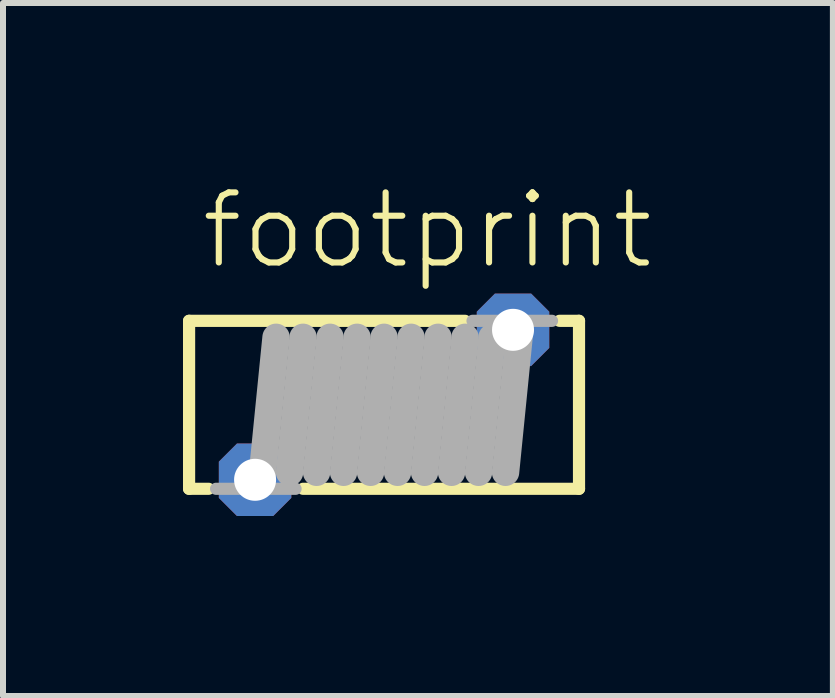
<source format=kicad_pcb>
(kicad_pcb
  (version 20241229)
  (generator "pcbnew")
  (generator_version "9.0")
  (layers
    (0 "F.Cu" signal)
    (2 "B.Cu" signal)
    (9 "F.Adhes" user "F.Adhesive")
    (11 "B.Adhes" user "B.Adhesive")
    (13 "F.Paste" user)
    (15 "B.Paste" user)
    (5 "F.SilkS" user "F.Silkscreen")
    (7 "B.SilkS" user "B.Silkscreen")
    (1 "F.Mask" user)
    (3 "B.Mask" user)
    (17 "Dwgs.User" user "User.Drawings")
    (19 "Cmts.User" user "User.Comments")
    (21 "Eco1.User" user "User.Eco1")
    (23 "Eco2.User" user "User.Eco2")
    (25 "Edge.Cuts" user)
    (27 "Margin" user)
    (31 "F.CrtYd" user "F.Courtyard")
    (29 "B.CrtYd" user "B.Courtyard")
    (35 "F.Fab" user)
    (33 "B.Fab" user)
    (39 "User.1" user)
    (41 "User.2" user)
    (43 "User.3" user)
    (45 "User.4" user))
  (footprint "footprint"
    (layer "F.Cu")
    (at 3.352 3.698)
    (property "Reference" "footprint" (at -3.1 -2.225 0) (layer "F.SilkS") (effects (font (size 1.168 1.168) (thickness 0.102)) (justify left bottom)))
    (fp_line (start -3.25 -1.4) (end -3.25 1.4) (stroke (width 0.203) (type solid)) (layer "F.SilkS"))
    (fp_line (start -3.25 1.4) (end -2.925 1.4) (stroke (width 0.203) (type solid)) (layer "F.SilkS"))
    (fp_line (start -1.35 1.4) (end 3.25 1.4) (stroke (width 0.203) (type solid)) (layer "F.SilkS"))
    (fp_line (start 1.35 -1.4) (end -3.25 -1.4) (stroke (width 0.203) (type solid)) (layer "F.SilkS"))
    (fp_line (start 3.25 -1.4) (end 2.925 -1.4) (stroke (width 0.203) (type solid)) (layer "F.SilkS"))
    (fp_line (start 3.25 1.4) (end 3.25 -1.4) (stroke (width 0.203) (type solid)) (layer "F.SilkS"))
    (fp_line (start -2.8 1.4) (end -1.475 1.4) (stroke (width 0.203) (type solid)) (layer "F.Fab"))
    (fp_line (start -2.025 1.125) (end -1.8 -1.125) (stroke (width 0.457) (type solid)) (layer "F.Fab"))
    (fp_line (start -1.575 1.125) (end -1.35 -1.125) (stroke (width 0.457) (type solid)) (layer "F.Fab"))
    (fp_line (start -1.125 1.125) (end -0.9 -1.125) (stroke (width 0.457) (type solid)) (layer "F.Fab"))
    (fp_line (start -0.675 1.125) (end -0.45 -1.125) (stroke (width 0.457) (type solid)) (layer "F.Fab"))
    (fp_line (start -0.225 1.125) (end 0 -1.125) (stroke (width 0.457) (type solid)) (layer "F.Fab"))
    (fp_line (start 0.225 1.125) (end 0.45 -1.125) (stroke (width 0.457) (type solid)) (layer "F.Fab"))
    (fp_line (start 0.675 1.125) (end 0.9 -1.125) (stroke (width 0.457) (type solid)) (layer "F.Fab"))
    (fp_line (start 1.125 1.125) (end 1.35 -1.125) (stroke (width 0.457) (type solid)) (layer "F.Fab"))
    (fp_line (start 1.575 1.125) (end 1.8 -1.125) (stroke (width 0.457) (type solid)) (layer "F.Fab"))
    (fp_line (start 2.025 1.125) (end 2.25 -1.125) (stroke (width 0.457) (type solid)) (layer "F.Fab"))
    (fp_line (start 2.8 -1.4) (end 1.475 -1.4) (stroke (width 0.203) (type solid)) (layer "F.Fab"))
    (pad "1" thru_hole roundrect (at -2.15 1.25) (size 1.208 1.208) (drill 0.7) (layers "*.Cu" "*.Mask") (roundrect_rratio 0.25) (chamfer_ratio 0.25) (chamfer top_left top_right bottom_left bottom_right))
    (pad "2" thru_hole roundrect (at 2.15 -1.25) (size 1.208 1.208) (drill 0.7) (layers "*.Cu" "*.Mask") (roundrect_rratio 0.25) (chamfer_ratio 0.25) (chamfer top_left top_right bottom_left bottom_right)))
  (gr_rect
    (start -3 -3)
    (end 10.834 8.552)
    (stroke (width 0.1) (type default))
    (fill no)
    (layer "Edge.Cuts")))
</source>
